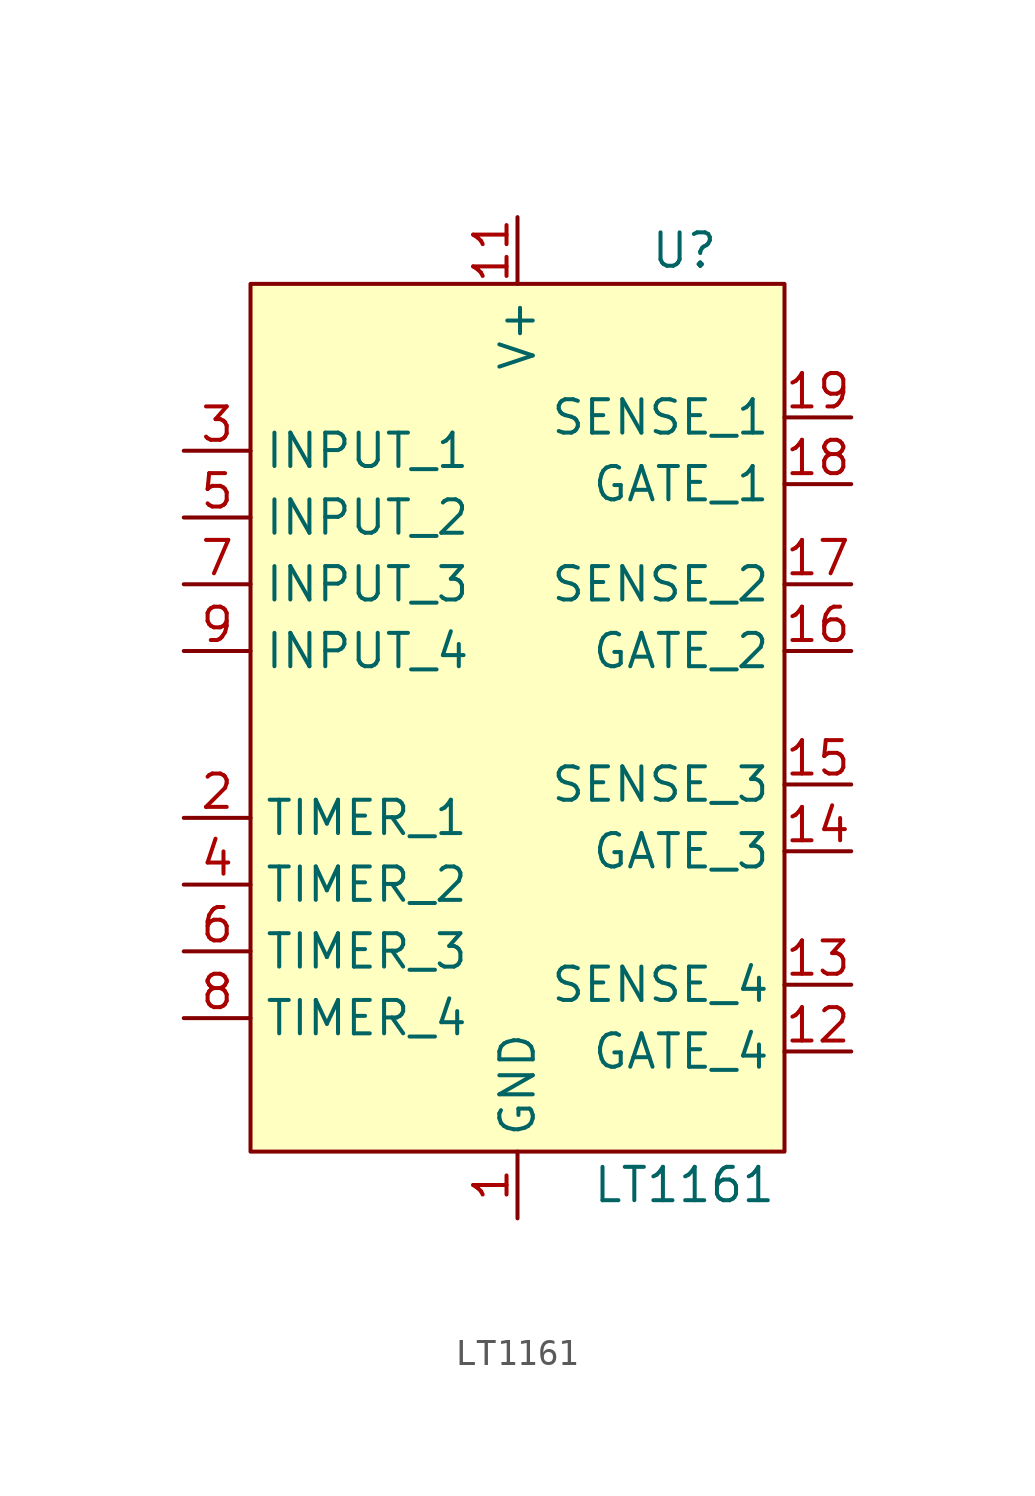
<source format=kicad_sym>
(kicad_symbol_lib
  (version 20211014)
  (generator kicad_symbol_editor)
  (symbol "LT1161"
    (property "Reference" "U"
      (at 6.35 17.78 0)
      (effects (font (size 1.27 1.27))))
    (property "Value" "LT1161"
      (at 6.35 -17.78 0)
      (effects (font (size 1.27 1.27))))
    (symbol "LT1161_0_1"
      (rectangle (start -10.16 16.51) (end 10.16 -16.51) (stroke (width 0) (type default) (color 0 0 0 0)) (fill (type background))))
    (symbol "LT1161_1_1"
      (pin power_in line (at 0 -19.05 90) (length 2.54) (name "GND" (effects (font (size 1.27 1.27)))) (number "1" (effects (font (size 1.27 1.27)))))
      (pin passive line (at 0 -19.05 90) (length 2.54) hide (name "GND" (effects (font (size 1.27 1.27)))) (number "10" (effects (font (size 1.27 1.27)))))
      (pin power_in line (at 0 19.05 270) (length 2.54) (name "V+" (effects (font (size 1.27 1.27)))) (number "11" (effects (font (size 1.27 1.27)))))
      (pin output line (at 12.7 -12.7 180) (length 2.54) (name "GATE_4" (effects (font (size 1.27 1.27)))) (number "12" (effects (font (size 1.27 1.27)))))
      (pin input line (at 12.7 -10.16 180) (length 2.54) (name "SENSE_4" (effects (font (size 1.27 1.27)))) (number "13" (effects (font (size 1.27 1.27)))))
      (pin output line (at 12.7 -5.08 180) (length 2.54) (name "GATE_3" (effects (font (size 1.27 1.27)))) (number "14" (effects (font (size 1.27 1.27)))))
      (pin input line (at 12.7 -2.54 180) (length 2.54) (name "SENSE_3" (effects (font (size 1.27 1.27)))) (number "15" (effects (font (size 1.27 1.27)))))
      (pin output line (at 12.7 2.54 180) (length 2.54) (name "GATE_2" (effects (font (size 1.27 1.27)))) (number "16" (effects (font (size 1.27 1.27)))))
      (pin input line (at 12.7 5.08 180) (length 2.54) (name "SENSE_2" (effects (font (size 1.27 1.27)))) (number "17" (effects (font (size 1.27 1.27)))))
      (pin output line (at 12.7 8.89 180) (length 2.54) (name "GATE_1" (effects (font (size 1.27 1.27)))) (number "18" (effects (font (size 1.27 1.27)))))
      (pin input line (at 12.7 11.43 180) (length 2.54) (name "SENSE_1" (effects (font (size 1.27 1.27)))) (number "19" (effects (font (size 1.27 1.27)))))
      (pin input line (at -12.7 -3.81 0) (length 2.54) (name "TIMER_1" (effects (font (size 1.27 1.27)))) (number "2" (effects (font (size 1.27 1.27)))))
      (pin passive line (at 0 19.05 270) (length 2.54) hide (name "V+" (effects (font (size 1.27 1.27)))) (number "20" (effects (font (size 1.27 1.27)))))
      (pin input line (at -12.7 10.16 0) (length 2.54) (name "INPUT_1" (effects (font (size 1.27 1.27)))) (number "3" (effects (font (size 1.27 1.27)))))
      (pin input line (at -12.7 -6.35 0) (length 2.54) (name "TIMER_2" (effects (font (size 1.27 1.27)))) (number "4" (effects (font (size 1.27 1.27)))))
      (pin input line (at -12.7 7.62 0) (length 2.54) (name "INPUT_2" (effects (font (size 1.27 1.27)))) (number "5" (effects (font (size 1.27 1.27)))))
      (pin input line (at -12.7 -8.89 0) (length 2.54) (name "TIMER_3" (effects (font (size 1.27 1.27)))) (number "6" (effects (font (size 1.27 1.27)))))
      (pin input line (at -12.7 5.08 0) (length 2.54) (name "INPUT_3" (effects (font (size 1.27 1.27)))) (number "7" (effects (font (size 1.27 1.27)))))
      (pin input line (at -12.7 -11.43 0) (length 2.54) (name "TIMER_4" (effects (font (size 1.27 1.27)))) (number "8" (effects (font (size 1.27 1.27)))))
      (pin input line (at -12.7 2.54 0) (length 2.54) (name "INPUT_4" (effects (font (size 1.27 1.27)))) (number "9" (effects (font (size 1.27 1.27))))))))
</source>
